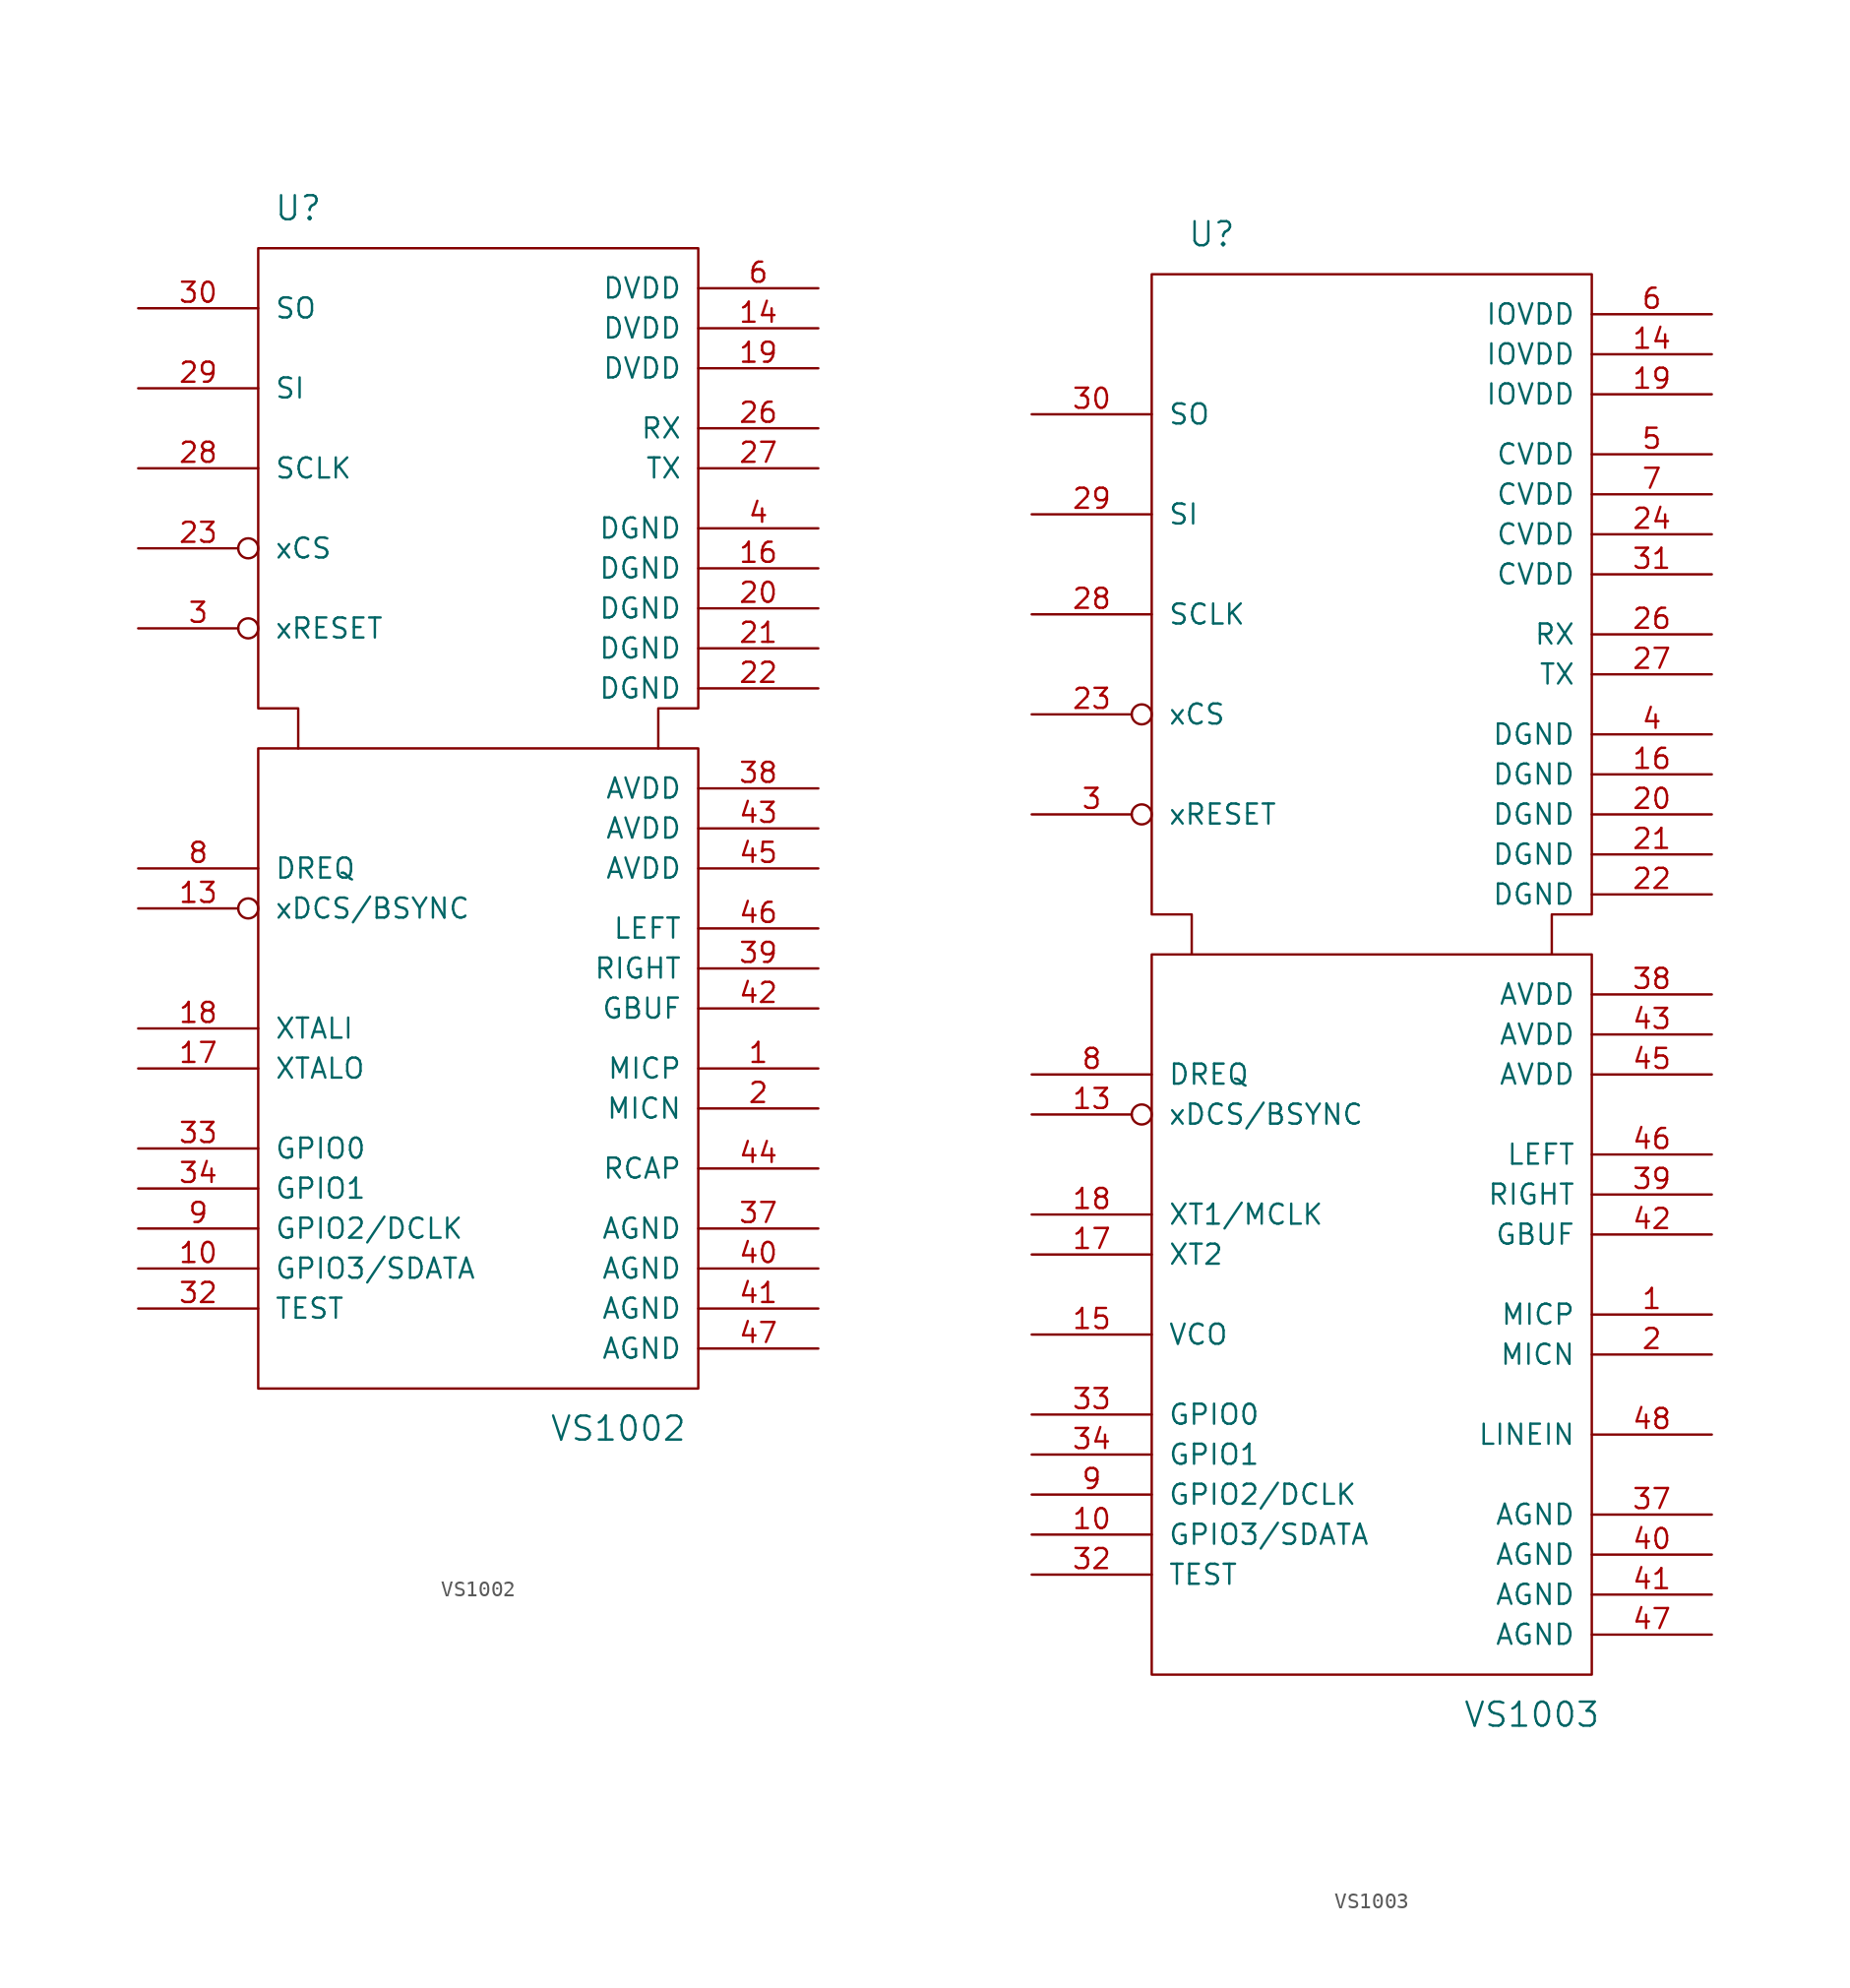
<source format=kicad_sym>
(kicad_symbol_lib
  (version 20211014)
  (generator kicad_symbol_editor)
  (symbol "VS1002"
    (pin_names
      (offset 1.016))
    (property "Reference" "U"
      (at -11.43 39.37 0)
      (effects (font (size 1.524 1.524))))
    (property "Value" "VS1002"
      (at 8.89 -38.1 0)
      (effects (font (size 1.524 1.524))))
    (property "Footprint" ""
      (at 0 0 0)
      (effects (font (size 1.524 1.524))))
    (property "Datasheet" ""
      (at 0 0 0)
      (effects (font (size 1.524 1.524))))
    (symbol "VS1002_0_1"
      (rectangle (start -13.97 5.08) (end 13.97 -35.56) (stroke (width 0) (type default) (color 0 0 0 0)) (fill (type none)))
      (polyline (pts (xy 11.43 5.08) (xy 11.43 7.62) (xy 13.97 7.62) (xy 13.97 36.83) (xy -13.97 36.83) (xy -13.97 7.62) (xy -11.43 7.62) (xy -11.43 5.08) (xy -11.43 5.08)) (stroke (width 0) (type default) (color 0 0 0 0)) (fill (type none))))
    (symbol "VS1002_1_1"
      (pin input line (at 21.59 -15.24 180) (length 7.62) (name "MICP" (effects (font (size 1.27 1.27)))) (number "1" (effects (font (size 1.27 1.27)))))
      (pin input line (at -21.59 -27.94 0) (length 7.62) (name "GPIO3/SDATA" (effects (font (size 1.27 1.27)))) (number "10" (effects (font (size 1.27 1.27)))))
      (pin input inverted (at -21.59 -5.08 0) (length 7.62) (name "xDCS/BSYNC" (effects (font (size 1.27 1.27)))) (number "13" (effects (font (size 1.27 1.27)))))
      (pin power_in line (at 21.59 31.75 180) (length 7.62) (name "DVDD" (effects (font (size 1.27 1.27)))) (number "14" (effects (font (size 1.27 1.27)))))
      (pin power_out line (at 21.59 16.51 180) (length 7.62) (name "DGND" (effects (font (size 1.27 1.27)))) (number "16" (effects (font (size 1.27 1.27)))))
      (pin output line (at -21.59 -15.24 0) (length 7.62) (name "XTALO" (effects (font (size 1.27 1.27)))) (number "17" (effects (font (size 1.27 1.27)))))
      (pin input line (at -21.59 -12.7 0) (length 7.62) (name "XTALI" (effects (font (size 1.27 1.27)))) (number "18" (effects (font (size 1.27 1.27)))))
      (pin power_in line (at 21.59 29.21 180) (length 7.62) (name "DVDD" (effects (font (size 1.27 1.27)))) (number "19" (effects (font (size 1.27 1.27)))))
      (pin input line (at 21.59 -17.78 180) (length 7.62) (name "MICN" (effects (font (size 1.27 1.27)))) (number "2" (effects (font (size 1.27 1.27)))))
      (pin power_out line (at 21.59 13.97 180) (length 7.62) (name "DGND" (effects (font (size 1.27 1.27)))) (number "20" (effects (font (size 1.27 1.27)))))
      (pin power_out line (at 21.59 11.43 180) (length 7.62) (name "DGND" (effects (font (size 1.27 1.27)))) (number "21" (effects (font (size 1.27 1.27)))))
      (pin power_out line (at 21.59 8.89 180) (length 7.62) (name "DGND" (effects (font (size 1.27 1.27)))) (number "22" (effects (font (size 1.27 1.27)))))
      (pin input inverted (at -21.59 17.78 0) (length 7.62) (name "xCS" (effects (font (size 1.27 1.27)))) (number "23" (effects (font (size 1.27 1.27)))))
      (pin input line (at 21.59 25.4 180) (length 7.62) (name "RX" (effects (font (size 1.27 1.27)))) (number "26" (effects (font (size 1.27 1.27)))))
      (pin output line (at 21.59 22.86 180) (length 7.62) (name "TX" (effects (font (size 1.27 1.27)))) (number "27" (effects (font (size 1.27 1.27)))))
      (pin input line (at -21.59 22.86 0) (length 7.62) (name "SCLK" (effects (font (size 1.27 1.27)))) (number "28" (effects (font (size 1.27 1.27)))))
      (pin input line (at -21.59 27.94 0) (length 7.62) (name "SI" (effects (font (size 1.27 1.27)))) (number "29" (effects (font (size 1.27 1.27)))))
      (pin input inverted (at -21.59 12.7 0) (length 7.62) (name "xRESET" (effects (font (size 1.27 1.27)))) (number "3" (effects (font (size 1.27 1.27)))))
      (pin output line (at -21.59 33.02 0) (length 7.62) (name "SO" (effects (font (size 1.27 1.27)))) (number "30" (effects (font (size 1.27 1.27)))))
      (pin input line (at -21.59 -30.48 0) (length 7.62) (name "TEST" (effects (font (size 1.27 1.27)))) (number "32" (effects (font (size 1.27 1.27)))))
      (pin bidirectional line (at -21.59 -20.32 0) (length 7.62) (name "GPIO0" (effects (font (size 1.27 1.27)))) (number "33" (effects (font (size 1.27 1.27)))))
      (pin bidirectional line (at -21.59 -22.86 0) (length 7.62) (name "GPIO1" (effects (font (size 1.27 1.27)))) (number "34" (effects (font (size 1.27 1.27)))))
      (pin power_out line (at 21.59 -25.4 180) (length 7.62) (name "AGND" (effects (font (size 1.27 1.27)))) (number "37" (effects (font (size 1.27 1.27)))))
      (pin power_in line (at 21.59 2.54 180) (length 7.62) (name "AVDD" (effects (font (size 1.27 1.27)))) (number "38" (effects (font (size 1.27 1.27)))))
      (pin output line (at 21.59 -8.89 180) (length 7.62) (name "RIGHT" (effects (font (size 1.27 1.27)))) (number "39" (effects (font (size 1.27 1.27)))))
      (pin power_out line (at 21.59 19.05 180) (length 7.62) (name "DGND" (effects (font (size 1.27 1.27)))) (number "4" (effects (font (size 1.27 1.27)))))
      (pin power_out line (at 21.59 -27.94 180) (length 7.62) (name "AGND" (effects (font (size 1.27 1.27)))) (number "40" (effects (font (size 1.27 1.27)))))
      (pin power_out line (at 21.59 -30.48 180) (length 7.62) (name "AGND" (effects (font (size 1.27 1.27)))) (number "41" (effects (font (size 1.27 1.27)))))
      (pin output line (at 21.59 -11.43 180) (length 7.62) (name "GBUF" (effects (font (size 1.27 1.27)))) (number "42" (effects (font (size 1.27 1.27)))))
      (pin power_in line (at 21.59 0 180) (length 7.62) (name "AVDD" (effects (font (size 1.27 1.27)))) (number "43" (effects (font (size 1.27 1.27)))))
      (pin bidirectional line (at 21.59 -21.59 180) (length 7.62) (name "RCAP" (effects (font (size 1.27 1.27)))) (number "44" (effects (font (size 1.27 1.27)))))
      (pin power_in line (at 21.59 -2.54 180) (length 7.62) (name "AVDD" (effects (font (size 1.27 1.27)))) (number "45" (effects (font (size 1.27 1.27)))))
      (pin output line (at 21.59 -6.35 180) (length 7.62) (name "LEFT" (effects (font (size 1.27 1.27)))) (number "46" (effects (font (size 1.27 1.27)))))
      (pin power_out line (at 21.59 -33.02 180) (length 7.62) (name "AGND" (effects (font (size 1.27 1.27)))) (number "47" (effects (font (size 1.27 1.27)))))
      (pin power_in line (at 21.59 34.29 180) (length 7.62) (name "DVDD" (effects (font (size 1.27 1.27)))) (number "6" (effects (font (size 1.27 1.27)))))
      (pin output line (at -21.59 -2.54 0) (length 7.62) (name "DREQ" (effects (font (size 1.27 1.27)))) (number "8" (effects (font (size 1.27 1.27)))))
      (pin input line (at -21.59 -25.4 0) (length 7.62) (name "GPIO2/DCLK" (effects (font (size 1.27 1.27)))) (number "9" (effects (font (size 1.27 1.27)))))))
  (symbol "VS1003"
    (pin_names
      (offset 1.016))
    (property "Reference" "U"
      (at -10.16 45.72 0)
      (effects (font (size 1.524 1.524))))
    (property "Value" "VS1003"
      (at 10.16 -48.26 0)
      (effects (font (size 1.524 1.524))))
    (property "Footprint" ""
      (at 0 0 0)
      (effects (font (size 1.524 1.524))))
    (property "Datasheet" ""
      (at 0 0 0)
      (effects (font (size 1.524 1.524))))
    (symbol "VS1003_0_1"
      (rectangle (start -13.97 0) (end 13.97 -45.72) (stroke (width 0) (type default) (color 0 0 0 0)) (fill (type none)))
      (polyline (pts (xy 11.43 0) (xy 11.43 2.54) (xy 13.97 2.54) (xy 13.97 43.18) (xy -13.97 43.18) (xy -13.97 2.54) (xy -11.43 2.54) (xy -11.43 0) (xy -11.43 0)) (stroke (width 0) (type default) (color 0 0 0 0)) (fill (type none))))
    (symbol "VS1003_1_1"
      (pin input line (at 21.59 -22.86 180) (length 7.62) (name "MICP" (effects (font (size 1.27 1.27)))) (number "1" (effects (font (size 1.27 1.27)))))
      (pin bidirectional line (at -21.59 -36.83 0) (length 7.62) (name "GPIO3/SDATA" (effects (font (size 1.27 1.27)))) (number "10" (effects (font (size 1.27 1.27)))))
      (pin input inverted (at -21.59 -10.16 0) (length 7.62) (name "xDCS/BSYNC" (effects (font (size 1.27 1.27)))) (number "13" (effects (font (size 1.27 1.27)))))
      (pin bidirectional line (at 21.59 38.1 180) (length 7.62) (name "IOVDD" (effects (font (size 1.27 1.27)))) (number "14" (effects (font (size 1.27 1.27)))))
      (pin output line (at -21.59 -24.13 0) (length 7.62) (name "VCO" (effects (font (size 1.27 1.27)))) (number "15" (effects (font (size 1.27 1.27)))))
      (pin power_out line (at 21.59 11.43 180) (length 7.62) (name "DGND" (effects (font (size 1.27 1.27)))) (number "16" (effects (font (size 1.27 1.27)))))
      (pin output line (at -21.59 -19.05 0) (length 7.62) (name "XT2" (effects (font (size 1.27 1.27)))) (number "17" (effects (font (size 1.27 1.27)))))
      (pin input line (at -21.59 -16.51 0) (length 7.62) (name "XT1/MCLK" (effects (font (size 1.27 1.27)))) (number "18" (effects (font (size 1.27 1.27)))))
      (pin bidirectional line (at 21.59 35.56 180) (length 7.62) (name "IOVDD" (effects (font (size 1.27 1.27)))) (number "19" (effects (font (size 1.27 1.27)))))
      (pin input line (at 21.59 -25.4 180) (length 7.62) (name "MICN" (effects (font (size 1.27 1.27)))) (number "2" (effects (font (size 1.27 1.27)))))
      (pin power_out line (at 21.59 8.89 180) (length 7.62) (name "DGND" (effects (font (size 1.27 1.27)))) (number "20" (effects (font (size 1.27 1.27)))))
      (pin power_out line (at 21.59 6.35 180) (length 7.62) (name "DGND" (effects (font (size 1.27 1.27)))) (number "21" (effects (font (size 1.27 1.27)))))
      (pin power_out line (at 21.59 3.81 180) (length 7.62) (name "DGND" (effects (font (size 1.27 1.27)))) (number "22" (effects (font (size 1.27 1.27)))))
      (pin input inverted (at -21.59 15.24 0) (length 7.62) (name "xCS" (effects (font (size 1.27 1.27)))) (number "23" (effects (font (size 1.27 1.27)))))
      (pin power_in line (at 21.59 26.67 180) (length 7.62) (name "CVDD" (effects (font (size 1.27 1.27)))) (number "24" (effects (font (size 1.27 1.27)))))
      (pin input line (at 21.59 20.32 180) (length 7.62) (name "RX" (effects (font (size 1.27 1.27)))) (number "26" (effects (font (size 1.27 1.27)))))
      (pin output line (at 21.59 17.78 180) (length 7.62) (name "TX" (effects (font (size 1.27 1.27)))) (number "27" (effects (font (size 1.27 1.27)))))
      (pin input line (at -21.59 21.59 0) (length 7.62) (name "SCLK" (effects (font (size 1.27 1.27)))) (number "28" (effects (font (size 1.27 1.27)))))
      (pin input line (at -21.59 27.94 0) (length 7.62) (name "SI" (effects (font (size 1.27 1.27)))) (number "29" (effects (font (size 1.27 1.27)))))
      (pin input inverted (at -21.59 8.89 0) (length 7.62) (name "xRESET" (effects (font (size 1.27 1.27)))) (number "3" (effects (font (size 1.27 1.27)))))
      (pin input line (at -21.59 34.29 0) (length 7.62) (name "SO" (effects (font (size 1.27 1.27)))) (number "30" (effects (font (size 1.27 1.27)))))
      (pin power_in line (at 21.59 24.13 180) (length 7.62) (name "CVDD" (effects (font (size 1.27 1.27)))) (number "31" (effects (font (size 1.27 1.27)))))
      (pin input line (at -21.59 -39.37 0) (length 7.62) (name "TEST" (effects (font (size 1.27 1.27)))) (number "32" (effects (font (size 1.27 1.27)))))
      (pin bidirectional line (at -21.59 -29.21 0) (length 7.62) (name "GPIO0" (effects (font (size 1.27 1.27)))) (number "33" (effects (font (size 1.27 1.27)))))
      (pin bidirectional line (at -21.59 -31.75 0) (length 7.62) (name "GPIO1" (effects (font (size 1.27 1.27)))) (number "34" (effects (font (size 1.27 1.27)))))
      (pin power_out line (at 21.59 -35.56 180) (length 7.62) (name "AGND" (effects (font (size 1.27 1.27)))) (number "37" (effects (font (size 1.27 1.27)))))
      (pin power_in line (at 21.59 -2.54 180) (length 7.62) (name "AVDD" (effects (font (size 1.27 1.27)))) (number "38" (effects (font (size 1.27 1.27)))))
      (pin output line (at 21.59 -15.24 180) (length 7.62) (name "RIGHT" (effects (font (size 1.27 1.27)))) (number "39" (effects (font (size 1.27 1.27)))))
      (pin power_out line (at 21.59 13.97 180) (length 7.62) (name "DGND" (effects (font (size 1.27 1.27)))) (number "4" (effects (font (size 1.27 1.27)))))
      (pin power_out line (at 21.59 -38.1 180) (length 7.62) (name "AGND" (effects (font (size 1.27 1.27)))) (number "40" (effects (font (size 1.27 1.27)))))
      (pin power_out line (at 21.59 -40.64 180) (length 7.62) (name "AGND" (effects (font (size 1.27 1.27)))) (number "41" (effects (font (size 1.27 1.27)))))
      (pin output line (at 21.59 -17.78 180) (length 7.62) (name "GBUF" (effects (font (size 1.27 1.27)))) (number "42" (effects (font (size 1.27 1.27)))))
      (pin power_in line (at 21.59 -5.08 180) (length 7.62) (name "AVDD" (effects (font (size 1.27 1.27)))) (number "43" (effects (font (size 1.27 1.27)))))
      (pin power_in line (at 21.59 -7.62 180) (length 7.62) (name "AVDD" (effects (font (size 1.27 1.27)))) (number "45" (effects (font (size 1.27 1.27)))))
      (pin output line (at 21.59 -12.7 180) (length 7.62) (name "LEFT" (effects (font (size 1.27 1.27)))) (number "46" (effects (font (size 1.27 1.27)))))
      (pin power_out line (at 21.59 -43.18 180) (length 7.62) (name "AGND" (effects (font (size 1.27 1.27)))) (number "47" (effects (font (size 1.27 1.27)))))
      (pin input line (at 21.59 -30.48 180) (length 7.62) (name "LINEIN" (effects (font (size 1.27 1.27)))) (number "48" (effects (font (size 1.27 1.27)))))
      (pin power_in line (at 21.59 31.75 180) (length 7.62) (name "CVDD" (effects (font (size 1.27 1.27)))) (number "5" (effects (font (size 1.27 1.27)))))
      (pin bidirectional line (at 21.59 40.64 180) (length 7.62) (name "IOVDD" (effects (font (size 1.27 1.27)))) (number "6" (effects (font (size 1.27 1.27)))))
      (pin power_in line (at 21.59 29.21 180) (length 7.62) (name "CVDD" (effects (font (size 1.27 1.27)))) (number "7" (effects (font (size 1.27 1.27)))))
      (pin output line (at -21.59 -7.62 0) (length 7.62) (name "DREQ" (effects (font (size 1.27 1.27)))) (number "8" (effects (font (size 1.27 1.27)))))
      (pin bidirectional line (at -21.59 -34.29 0) (length 7.62) (name "GPIO2/DCLK" (effects (font (size 1.27 1.27)))) (number "9" (effects (font (size 1.27 1.27))))))))
</source>
